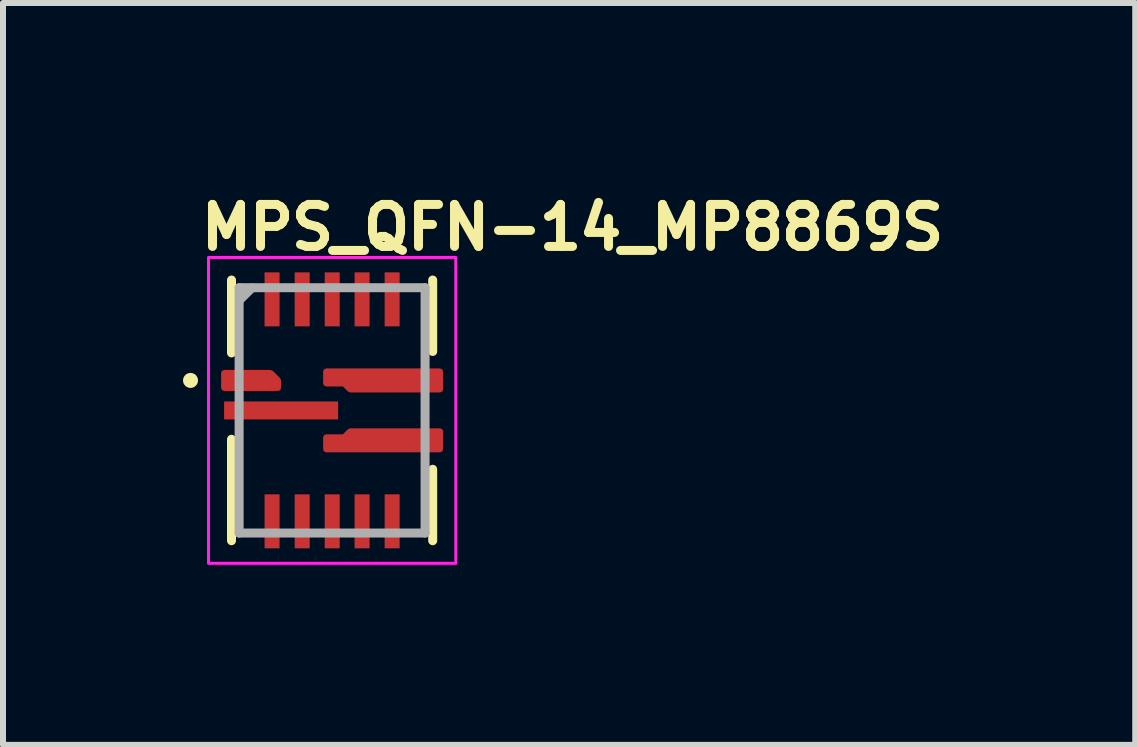
<source format=kicad_pcb>
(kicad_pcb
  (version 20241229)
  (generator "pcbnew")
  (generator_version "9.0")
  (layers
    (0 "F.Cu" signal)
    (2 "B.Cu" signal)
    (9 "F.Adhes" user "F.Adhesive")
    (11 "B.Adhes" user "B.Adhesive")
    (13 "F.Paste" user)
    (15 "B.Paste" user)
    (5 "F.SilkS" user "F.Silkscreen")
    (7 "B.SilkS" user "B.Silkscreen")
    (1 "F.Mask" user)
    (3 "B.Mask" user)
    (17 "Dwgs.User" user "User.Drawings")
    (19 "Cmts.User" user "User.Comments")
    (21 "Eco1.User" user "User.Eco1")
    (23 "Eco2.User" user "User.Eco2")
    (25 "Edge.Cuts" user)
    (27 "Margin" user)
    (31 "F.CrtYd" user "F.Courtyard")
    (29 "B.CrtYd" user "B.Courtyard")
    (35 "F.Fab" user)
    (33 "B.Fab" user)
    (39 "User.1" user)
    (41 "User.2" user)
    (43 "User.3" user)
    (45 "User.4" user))
  (footprint "MPS_QFN-14_MP8869S"
    (layer "F.Cu")
    (at 2.486 3.79)
    (property "Reference" "MPS_QFN-14_MP8869S" (at -2.26 -2.64 0) (layer "F.SilkS") (effects (font (size 0.7 0.7) (thickness 0.15)) (justify left bottom)))
    (attr smd)
    (fp_line (start -1.678 -0.959) (end -1.678 -2.173) (stroke (width 0.15) (type solid)) (layer "F.SilkS"))
    (fp_line (start -1.678 2.171) (end -1.678 0.481) (stroke (width 0.15) (type solid)) (layer "F.SilkS"))
    (fp_line (start 1.675 -2.173) (end 1.675 -0.983) (stroke (width 0.15) (type solid)) (layer "F.SilkS"))
    (fp_line (start 1.675 0.981) (end 1.675 2.171) (stroke (width 0.15) (type solid)) (layer "F.SilkS"))
    (fp_circle (center -2.361 -0.5) (end -2.311 -0.5) (stroke (width 0.15) (type solid)) (fill yes) (layer "F.SilkS"))
    (fp_rect (start -2.061 -2.55) (end 2.06 2.548) (stroke (width 0.05) (type solid)) (fill no) (layer "F.CrtYd"))
    (fp_line (start -1.551 -2.045) (end -1.551 2.043) (stroke (width 0.15) (type solid)) (layer "F.Fab"))
    (fp_line (start -1.551 2.043) (end 1.548 2.043) (stroke (width 0.15) (type solid)) (layer "F.Fab"))
    (fp_line (start -1.541 -1.841) (end -1.341 -2.04) (stroke (width 0.15) (type solid)) (layer "F.Fab"))
    (fp_line (start 1.548 -2.045) (end -1.551 -2.045) (stroke (width 0.15) (type solid)) (layer "F.Fab"))
    (fp_line (start 1.548 2.043) (end 1.548 -2.045) (stroke (width 0.15) (type solid)) (layer "F.Fab"))
    (fp_rect (start -1.561 -2.05) (end 1.56 2.048) (stroke (width 0.1) (type solid)) (fill no) (layer "User.5"))
    (fp_line (start -1.561 -1.401) (end -1.551 -1.401) (stroke (width 0.02) (type solid)) (layer "User.9"))
    (fp_line (start -1.561 -1.101) (end -1.561 -1.401) (stroke (width 0.02) (type solid)) (layer "User.9"))
    (fp_line (start -1.561 -0.902) (end -1.551 -0.902) (stroke (width 0.02) (type solid)) (layer "User.9"))
    (fp_line (start -1.561 -0.6) (end -1.561 -0.902) (stroke (width 0.02) (type solid)) (layer "User.9"))
    (fp_line (start -1.561 -0.402) (end -1.551 -0.402) (stroke (width 0.02) (type solid)) (layer "User.9"))
    (fp_line (start -1.561 -0.102) (end -1.561 -0.402) (stroke (width 0.02) (type solid)) (layer "User.9"))
    (fp_line (start -1.561 0.1) (end -1.551 0.1) (stroke (width 0.02) (type solid)) (layer "User.9"))
    (fp_line (start -1.561 0.4) (end -1.561 0.1) (stroke (width 0.02) (type solid)) (layer "User.9"))
    (fp_line (start -1.561 0.598) (end -1.561 0.9) (stroke (width 0.02) (type solid)) (layer "User.9"))
    (fp_line (start -1.561 0.9) (end -1.551 0.9) (stroke (width 0.02) (type solid)) (layer "User.9"))
    (fp_line (start -1.561 1.1) (end -1.561 1.398) (stroke (width 0.02) (type solid)) (layer "User.9"))
    (fp_line (start -1.561 1.398) (end -1.551 1.398) (stroke (width 0.02) (type solid)) (layer "User.9"))
    (fp_line (start -1.551 -2.05) (end 1.55 -2.05) (stroke (width 0.02) (type solid)) (layer "User.9"))
    (fp_line (start -1.551 -1.101) (end -1.561 -1.101) (stroke (width 0.02) (type solid)) (layer "User.9"))
    (fp_line (start -1.551 -0.6) (end -1.561 -0.6) (stroke (width 0.02) (type solid)) (layer "User.9"))
    (fp_line (start -1.551 -0.102) (end -1.561 -0.102) (stroke (width 0.02) (type solid)) (layer "User.9"))
    (fp_line (start -1.551 0.4) (end -1.561 0.4) (stroke (width 0.02) (type solid)) (layer "User.9"))
    (fp_line (start -1.551 0.598) (end -1.561 0.598) (stroke (width 0.02) (type solid)) (layer "User.9"))
    (fp_line (start -1.551 1.1) (end -1.561 1.1) (stroke (width 0.02) (type solid)) (layer "User.9"))
    (fp_line (start -1.551 2.048) (end -1.551 -2.05) (stroke (width 0.02) (type solid)) (layer "User.9"))
    (fp_line (start -1.25 -1.571) (end -1.248 -1.581) (stroke (width 0.02) (type solid)) (layer "User.9"))
    (fp_line (start -1.25 -1.561) (end -1.25 -1.571) (stroke (width 0.02) (type solid)) (layer "User.9"))
    (fp_line (start -1.25 -1.551) (end -1.25 -1.561) (stroke (width 0.02) (type solid)) (layer "User.9"))
    (fp_line (start -1.25 -1.551) (end -1.25 -1.551) (stroke (width 0.02) (type solid)) (layer "User.9"))
    (fp_line (start -1.25 -1.541) (end -1.25 -1.551) (stroke (width 0.02) (type solid)) (layer "User.9"))
    (fp_line (start -1.25 -1.53) (end -1.25 -1.541) (stroke (width 0.02) (type solid)) (layer "User.9"))
    (fp_line (start -1.248 -1.581) (end -1.246 -1.591) (stroke (width 0.02) (type solid)) (layer "User.9"))
    (fp_line (start -1.248 -1.52) (end -1.25 -1.53) (stroke (width 0.02) (type solid)) (layer "User.9"))
    (fp_line (start -1.246 -1.591) (end -1.244 -1.601) (stroke (width 0.02) (type solid)) (layer "User.9"))
    (fp_line (start -1.246 -1.51) (end -1.248 -1.52) (stroke (width 0.02) (type solid)) (layer "User.9"))
    (fp_line (start -1.244 -1.601) (end -1.242 -1.611) (stroke (width 0.02) (type solid)) (layer "User.9"))
    (fp_line (start -1.244 -1.502) (end -1.246 -1.51) (stroke (width 0.02) (type solid)) (layer "User.9"))
    (fp_line (start -1.242 -1.611) (end -1.238 -1.619) (stroke (width 0.02) (type solid)) (layer "User.9"))
    (fp_line (start -1.242 -1.492) (end -1.244 -1.502) (stroke (width 0.02) (type solid)) (layer "User.9"))
    (fp_line (start -1.238 -1.619) (end -1.236 -1.629) (stroke (width 0.02) (type solid)) (layer "User.9"))
    (fp_line (start -1.238 -1.482) (end -1.242 -1.492) (stroke (width 0.02) (type solid)) (layer "User.9"))
    (fp_line (start -1.236 -1.629) (end -1.232 -1.637) (stroke (width 0.02) (type solid)) (layer "User.9"))
    (fp_line (start -1.236 -1.474) (end -1.238 -1.482) (stroke (width 0.02) (type solid)) (layer "User.9"))
    (fp_line (start -1.232 -1.637) (end -1.226 -1.647) (stroke (width 0.02) (type solid)) (layer "User.9"))
    (fp_line (start -1.232 -1.464) (end -1.236 -1.474) (stroke (width 0.02) (type solid)) (layer "User.9"))
    (fp_line (start -1.226 -1.647) (end -1.222 -1.655) (stroke (width 0.02) (type solid)) (layer "User.9"))
    (fp_line (start -1.226 -1.456) (end -1.232 -1.464) (stroke (width 0.02) (type solid)) (layer "User.9"))
    (fp_line (start -1.222 -1.655) (end -1.216 -1.663) (stroke (width 0.02) (type solid)) (layer "User.9"))
    (fp_line (start -1.222 -1.448) (end -1.226 -1.456) (stroke (width 0.02) (type solid)) (layer "User.9"))
    (fp_line (start -1.216 -1.663) (end -1.212 -1.67) (stroke (width 0.02) (type solid)) (layer "User.9"))
    (fp_line (start -1.216 -1.44) (end -1.222 -1.448) (stroke (width 0.02) (type solid)) (layer "User.9"))
    (fp_line (start -1.212 -1.67) (end -1.206 -1.678) (stroke (width 0.02) (type solid)) (layer "User.9"))
    (fp_line (start -1.212 -1.432) (end -1.216 -1.44) (stroke (width 0.02) (type solid)) (layer "User.9"))
    (fp_line (start -1.206 -1.678) (end -1.198 -1.686) (stroke (width 0.02) (type solid)) (layer "User.9"))
    (fp_line (start -1.206 -1.424) (end -1.212 -1.432) (stroke (width 0.02) (type solid)) (layer "User.9"))
    (fp_line (start -1.198 -1.686) (end -1.192 -1.692) (stroke (width 0.02) (type solid)) (layer "User.9"))
    (fp_line (start -1.198 -1.416) (end -1.206 -1.424) (stroke (width 0.02) (type solid)) (layer "User.9"))
    (fp_line (start -1.192 -1.692) (end -1.186 -1.7) (stroke (width 0.02) (type solid)) (layer "User.9"))
    (fp_line (start -1.192 -1.41) (end -1.198 -1.416) (stroke (width 0.02) (type solid)) (layer "User.9"))
    (fp_line (start -1.186 -1.7) (end -1.178 -1.706) (stroke (width 0.02) (type solid)) (layer "User.9"))
    (fp_line (start -1.186 -1.403) (end -1.192 -1.41) (stroke (width 0.02) (type solid)) (layer "User.9"))
    (fp_line (start -1.178 -1.706) (end -1.17 -1.712) (stroke (width 0.02) (type solid)) (layer "User.9"))
    (fp_line (start -1.178 -1.397) (end -1.186 -1.403) (stroke (width 0.02) (type solid)) (layer "User.9"))
    (fp_line (start -1.17 -1.712) (end -1.162 -1.716) (stroke (width 0.02) (type solid)) (layer "User.9"))
    (fp_line (start -1.17 -1.391) (end -1.178 -1.397) (stroke (width 0.02) (type solid)) (layer "User.9"))
    (fp_line (start -1.162 -1.716) (end -1.154 -1.722) (stroke (width 0.02) (type solid)) (layer "User.9"))
    (fp_line (start -1.162 -1.385) (end -1.17 -1.391) (stroke (width 0.02) (type solid)) (layer "User.9"))
    (fp_line (start -1.154 -1.722) (end -1.147 -1.726) (stroke (width 0.02) (type solid)) (layer "User.9"))
    (fp_line (start -1.154 -1.379) (end -1.162 -1.385) (stroke (width 0.02) (type solid)) (layer "User.9"))
    (fp_line (start -1.147 -1.726) (end -1.137 -1.732) (stroke (width 0.02) (type solid)) (layer "User.9"))
    (fp_line (start -1.147 -1.375) (end -1.154 -1.379) (stroke (width 0.02) (type solid)) (layer "User.9"))
    (fp_line (start -1.137 -1.732) (end -1.129 -1.736) (stroke (width 0.02) (type solid)) (layer "User.9"))
    (fp_line (start -1.137 -1.371) (end -1.147 -1.375) (stroke (width 0.02) (type solid)) (layer "User.9"))
    (fp_line (start -1.129 -1.736) (end -1.119 -1.738) (stroke (width 0.02) (type solid)) (layer "User.9"))
    (fp_line (start -1.129 -1.367) (end -1.137 -1.371) (stroke (width 0.02) (type solid)) (layer "User.9"))
    (fp_line (start -1.119 -1.738) (end -1.111 -1.742) (stroke (width 0.02) (type solid)) (layer "User.9"))
    (fp_line (start -1.119 -1.363) (end -1.129 -1.367) (stroke (width 0.02) (type solid)) (layer "User.9"))
    (fp_line (start -1.111 -1.742) (end -1.101 -1.744) (stroke (width 0.02) (type solid)) (layer "User.9"))
    (fp_line (start -1.111 -1.361) (end -1.119 -1.363) (stroke (width 0.02) (type solid)) (layer "User.9"))
    (fp_line (start -1.101 -1.744) (end -1.091 -1.746) (stroke (width 0.02) (type solid)) (layer "User.9"))
    (fp_line (start -1.101 -1.357) (end -1.111 -1.361) (stroke (width 0.02) (type solid)) (layer "User.9"))
    (fp_line (start -1.091 -1.746) (end -1.081 -1.748) (stroke (width 0.02) (type solid)) (layer "User.9"))
    (fp_line (start -1.091 -1.355) (end -1.101 -1.357) (stroke (width 0.02) (type solid)) (layer "User.9"))
    (fp_line (start -1.081 -1.748) (end -1.071 -1.75) (stroke (width 0.02) (type solid)) (layer "User.9"))
    (fp_line (start -1.081 -1.353) (end -1.091 -1.355) (stroke (width 0.02) (type solid)) (layer "User.9"))
    (fp_line (start -1.071 -1.75) (end -1.061 -1.75) (stroke (width 0.02) (type solid)) (layer "User.9"))
    (fp_line (start -1.071 -1.353) (end -1.081 -1.353) (stroke (width 0.02) (type solid)) (layer "User.9"))
    (fp_line (start -1.061 -1.75) (end -1.051 -1.75) (stroke (width 0.02) (type solid)) (layer "User.9"))
    (fp_line (start -1.061 -1.351) (end -1.071 -1.353) (stroke (width 0.02) (type solid)) (layer "User.9"))
    (fp_line (start -1.051 -1.75) (end -1.041 -1.75) (stroke (width 0.02) (type solid)) (layer "User.9"))
    (fp_line (start -1.051 -1.351) (end -1.061 -1.351) (stroke (width 0.02) (type solid)) (layer "User.9"))
    (fp_line (start -1.041 -1.75) (end -1.031 -1.75) (stroke (width 0.02) (type solid)) (layer "User.9"))
    (fp_line (start -1.041 -1.351) (end -1.051 -1.351) (stroke (width 0.02) (type solid)) (layer "User.9"))
    (fp_line (start -1.031 -1.75) (end -1.02 -1.748) (stroke (width 0.02) (type solid)) (layer "User.9"))
    (fp_line (start -1.031 -1.353) (end -1.041 -1.351) (stroke (width 0.02) (type solid)) (layer "User.9"))
    (fp_line (start -1.02 -1.748) (end -1.01 -1.746) (stroke (width 0.02) (type solid)) (layer "User.9"))
    (fp_line (start -1.02 -1.353) (end -1.031 -1.353) (stroke (width 0.02) (type solid)) (layer "User.9"))
    (fp_line (start -1.01 -1.746) (end -1.002 -1.744) (stroke (width 0.02) (type solid)) (layer "User.9"))
    (fp_line (start -1.01 -1.355) (end -1.02 -1.353) (stroke (width 0.02) (type solid)) (layer "User.9"))
    (fp_line (start -1.002 -1.744) (end -0.991 -1.742) (stroke (width 0.02) (type solid)) (layer "User.9"))
    (fp_line (start -1.002 -1.357) (end -1.01 -1.355) (stroke (width 0.02) (type solid)) (layer "User.9"))
    (fp_line (start -0.991 -1.742) (end -0.982 -1.738) (stroke (width 0.02) (type solid)) (layer "User.9"))
    (fp_line (start -0.991 -1.361) (end -1.002 -1.357) (stroke (width 0.02) (type solid)) (layer "User.9"))
    (fp_line (start -0.982 -1.738) (end -0.973 -1.736) (stroke (width 0.02) (type solid)) (layer "User.9"))
    (fp_line (start -0.982 -1.363) (end -0.991 -1.361) (stroke (width 0.02) (type solid)) (layer "User.9"))
    (fp_line (start -0.973 -1.736) (end -0.964 -1.732) (stroke (width 0.02) (type solid)) (layer "User.9"))
    (fp_line (start -0.973 -1.367) (end -0.982 -1.363) (stroke (width 0.02) (type solid)) (layer "User.9"))
    (fp_line (start -0.964 -1.732) (end -0.956 -1.726) (stroke (width 0.02) (type solid)) (layer "User.9"))
    (fp_line (start -0.964 -1.371) (end -0.973 -1.367) (stroke (width 0.02) (type solid)) (layer "User.9"))
    (fp_line (start -0.956 -1.726) (end -0.948 -1.722) (stroke (width 0.02) (type solid)) (layer "User.9"))
    (fp_line (start -0.956 -1.375) (end -0.964 -1.371) (stroke (width 0.02) (type solid)) (layer "User.9"))
    (fp_line (start -0.948 -1.722) (end -0.94 -1.716) (stroke (width 0.02) (type solid)) (layer "User.9"))
    (fp_line (start -0.948 -1.379) (end -0.956 -1.375) (stroke (width 0.02) (type solid)) (layer "User.9"))
    (fp_line (start -0.94 -1.716) (end -0.932 -1.712) (stroke (width 0.02) (type solid)) (layer "User.9"))
    (fp_line (start -0.94 -1.385) (end -0.948 -1.379) (stroke (width 0.02) (type solid)) (layer "User.9"))
    (fp_line (start -0.932 -1.712) (end -0.924 -1.706) (stroke (width 0.02) (type solid)) (layer "User.9"))
    (fp_line (start -0.932 -1.391) (end -0.94 -1.385) (stroke (width 0.02) (type solid)) (layer "User.9"))
    (fp_line (start -0.924 -1.706) (end -0.917 -1.7) (stroke (width 0.02) (type solid)) (layer "User.9"))
    (fp_line (start -0.924 -1.397) (end -0.932 -1.391) (stroke (width 0.02) (type solid)) (layer "User.9"))
    (fp_line (start -0.917 -1.7) (end -0.91 -1.692) (stroke (width 0.02) (type solid)) (layer "User.9"))
    (fp_line (start -0.917 -1.403) (end -0.924 -1.397) (stroke (width 0.02) (type solid)) (layer "User.9"))
    (fp_line (start -0.91 -1.692) (end -0.904 -1.686) (stroke (width 0.02) (type solid)) (layer "User.9"))
    (fp_line (start -0.91 -1.41) (end -0.917 -1.403) (stroke (width 0.02) (type solid)) (layer "User.9"))
    (fp_line (start -0.904 -1.686) (end -0.896 -1.678) (stroke (width 0.02) (type solid)) (layer "User.9"))
    (fp_line (start -0.904 -1.416) (end -0.91 -1.41) (stroke (width 0.02) (type solid)) (layer "User.9"))
    (fp_line (start -0.896 -1.678) (end -0.89 -1.67) (stroke (width 0.02) (type solid)) (layer "User.9"))
    (fp_line (start -0.896 -1.424) (end -0.904 -1.416) (stroke (width 0.02) (type solid)) (layer "User.9"))
    (fp_line (start -0.89 -1.67) (end -0.885 -1.663) (stroke (width 0.02) (type solid)) (layer "User.9"))
    (fp_line (start -0.89 -1.432) (end -0.896 -1.424) (stroke (width 0.02) (type solid)) (layer "User.9"))
    (fp_line (start -0.885 -1.663) (end -0.88 -1.655) (stroke (width 0.02) (type solid)) (layer "User.9"))
    (fp_line (start -0.885 -1.44) (end -0.89 -1.432) (stroke (width 0.02) (type solid)) (layer "User.9"))
    (fp_line (start -0.88 -1.655) (end -0.875 -1.647) (stroke (width 0.02) (type solid)) (layer "User.9"))
    (fp_line (start -0.88 -1.448) (end -0.885 -1.44) (stroke (width 0.02) (type solid)) (layer "User.9"))
    (fp_line (start -0.875 -1.647) (end -0.87 -1.637) (stroke (width 0.02) (type solid)) (layer "User.9"))
    (fp_line (start -0.875 -1.456) (end -0.88 -1.448) (stroke (width 0.02) (type solid)) (layer "User.9"))
    (fp_line (start -0.87 -1.637) (end -0.866 -1.629) (stroke (width 0.02) (type solid)) (layer "User.9"))
    (fp_line (start -0.87 -1.464) (end -0.875 -1.456) (stroke (width 0.02) (type solid)) (layer "User.9"))
    (fp_line (start -0.866 -1.629) (end -0.863 -1.619) (stroke (width 0.02) (type solid)) (layer "User.9"))
    (fp_line (start -0.866 -1.474) (end -0.87 -1.464) (stroke (width 0.02) (type solid)) (layer "User.9"))
    (fp_line (start -0.863 -1.619) (end -0.86 -1.611) (stroke (width 0.02) (type solid)) (layer "User.9"))
    (fp_line (start -0.863 -1.482) (end -0.866 -1.474) (stroke (width 0.02) (type solid)) (layer "User.9"))
    (fp_line (start -0.86 -1.611) (end -0.857 -1.601) (stroke (width 0.02) (type solid)) (layer "User.9"))
    (fp_line (start -0.86 -1.492) (end -0.863 -1.482) (stroke (width 0.02) (type solid)) (layer "User.9"))
    (fp_line (start -0.857 -1.601) (end -0.855 -1.591) (stroke (width 0.02) (type solid)) (layer "User.9"))
    (fp_line (start -0.857 -1.502) (end -0.86 -1.492) (stroke (width 0.02) (type solid)) (layer "User.9"))
    (fp_line (start -0.855 -1.591) (end -0.853 -1.581) (stroke (width 0.02) (type solid)) (layer "User.9"))
    (fp_line (start -0.855 -1.51) (end -0.857 -1.502) (stroke (width 0.02) (type solid)) (layer "User.9"))
    (fp_line (start -0.853 -1.581) (end -0.852 -1.571) (stroke (width 0.02) (type solid)) (layer "User.9"))
    (fp_line (start -0.853 -1.52) (end -0.855 -1.51) (stroke (width 0.02) (type solid)) (layer "User.9"))
    (fp_line (start -0.852 -1.571) (end -0.851 -1.561) (stroke (width 0.02) (type solid)) (layer "User.9"))
    (fp_line (start -0.852 -1.53) (end -0.853 -1.52) (stroke (width 0.02) (type solid)) (layer "User.9"))
    (fp_line (start -0.851 -1.561) (end -0.851 -1.551) (stroke (width 0.02) (type solid)) (layer "User.9"))
    (fp_line (start -0.851 -1.551) (end -0.851 -1.551) (stroke (width 0.02) (type solid)) (layer "User.9"))
    (fp_line (start -0.851 -1.551) (end -0.851 -1.541) (stroke (width 0.02) (type solid)) (layer "User.9"))
    (fp_line (start -0.851 -1.541) (end -0.852 -1.53) (stroke (width 0.02) (type solid)) (layer "User.9"))
    (fp_line (start 1.55 -2.05) (end 1.55 2.048) (stroke (width 0.02) (type solid)) (layer "User.9"))
    (fp_line (start 1.55 -1.401) (end 1.56 -1.401) (stroke (width 0.02) (type solid)) (layer "User.9"))
    (fp_line (start 1.55 -0.6) (end 1.56 -0.6) (stroke (width 0.02) (type solid)) (layer "User.9"))
    (fp_line (start 1.55 -0.102) (end 1.56 -0.102) (stroke (width 0.02) (type solid)) (layer "User.9"))
    (fp_line (start 1.55 0.4) (end 1.56 0.4) (stroke (width 0.02) (type solid)) (layer "User.9"))
    (fp_line (start 1.55 0.598) (end 1.56 0.598) (stroke (width 0.02) (type solid)) (layer "User.9"))
    (fp_line (start 1.55 1.398) (end 1.56 1.398) (stroke (width 0.02) (type solid)) (layer "User.9"))
    (fp_line (start 1.55 2.048) (end -1.551 2.048) (stroke (width 0.02) (type solid)) (layer "User.9"))
    (fp_line (start 1.56 -1.401) (end 1.56 -1.101) (stroke (width 0.02) (type solid)) (layer "User.9"))
    (fp_line (start 1.56 -1.101) (end 1.55 -1.101) (stroke (width 0.02) (type solid)) (layer "User.9"))
    (fp_line (start 1.56 -0.902) (end 1.55 -0.902) (stroke (width 0.02) (type solid)) (layer "User.9"))
    (fp_line (start 1.56 -0.6) (end 1.56 -0.902) (stroke (width 0.02) (type solid)) (layer "User.9"))
    (fp_line (start 1.56 -0.402) (end 1.55 -0.402) (stroke (width 0.02) (type solid)) (layer "User.9"))
    (fp_line (start 1.56 -0.102) (end 1.56 -0.402) (stroke (width 0.02) (type solid)) (layer "User.9"))
    (fp_line (start 1.56 0.1) (end 1.55 0.1) (stroke (width 0.02) (type solid)) (layer "User.9"))
    (fp_line (start 1.56 0.4) (end 1.56 0.1) (stroke (width 0.02) (type solid)) (layer "User.9"))
    (fp_line (start 1.56 0.598) (end 1.56 0.9) (stroke (width 0.02) (type solid)) (layer "User.9"))
    (fp_line (start 1.56 0.9) (end 1.55 0.9) (stroke (width 0.02) (type solid)) (layer "User.9"))
    (fp_line (start 1.56 1.1) (end 1.55 1.1) (stroke (width 0.02) (type solid)) (layer "User.9"))
    (fp_line (start 1.56 1.398) (end 1.56 1.1) (stroke (width 0.02) (type solid)) (layer "User.9"))
    (pad "1" smd custom (at -1.401 -0.5) (size 0.8 0.25) (layers "F.Cu" "F.Mask" "F.Paste") (options (anchor rect)) (primitives (gr_poly (pts (xy -0.4 -0.125) (xy -0.4 0.125) (xy 0.5 0.125) (xy 0.5 -0.000001) (xy 0.375 -0.125)) (width 0.1) (fill yes))))
    (pad "2" smd rect (at -0.851 0) (size 1.9 0.3) (layers "F.Cu" "F.Mask" "F.Paste"))
    (pad "3" smd rect (at -1.002 1.848 90) (size 0.9 0.25) (layers "F.Cu" "F.Mask" "F.Paste"))
    (pad "4" smd rect (at -0.5 1.848 90) (size 0.9 0.25) (layers "F.Cu" "F.Mask" "F.Paste"))
    (pad "5" smd rect (at 0 1.848 90) (size 0.9 0.25) (layers "F.Cu" "F.Mask" "F.Paste"))
    (pad "6" smd rect (at 0.498 1.848 90) (size 0.9 0.25) (layers "F.Cu" "F.Mask" "F.Paste"))
    (pad "7" smd rect (at 0.999 1.848 90) (size 0.9 0.25) (layers "F.Cu" "F.Mask" "F.Paste"))
    (pad "8" smd custom (at 0.849 0.498) (size 0.127 0.127) (layers "F.Cu" "F.Mask" "F.Paste") (options (anchor rect)) (primitives (gr_poly (pts (xy 0.95 0.15) (xy 0.95 -0.15) (xy -0.55 -0.15) (xy -0.65 -0.05) (xy -0.95 -0.05) (xy -0.95 0.15)) (width 0.1) (fill yes))))
    (pad "9" smd custom (at 0.849 -0.5) (size 0.127 0.127) (layers "F.Cu" "F.Mask" "F.Paste") (options (anchor rect)) (primitives (gr_poly (pts (xy 0.95 -0.15) (xy 0.95 0.15) (xy -0.55 0.15) (xy -0.65 0.05) (xy -0.95 0.05) (xy -0.95 -0.15)) (width 0.1) (fill yes))))
    (pad "10" smd rect (at 0.999 -1.851 90) (size 0.9 0.25) (layers "F.Cu" "F.Mask" "F.Paste"))
    (pad "11" smd rect (at 0.498 -1.851 90) (size 0.9 0.25) (layers "F.Cu" "F.Mask" "F.Paste"))
    (pad "12" smd rect (at 0 -1.851 90) (size 0.9 0.25) (layers "F.Cu" "F.Mask" "F.Paste"))
    (pad "13" smd rect (at -0.5 -1.851 90) (size 0.9 0.25) (layers "F.Cu" "F.Mask" "F.Paste"))
    (pad "14" smd rect (at -1.002 -1.851 90) (size 0.9 0.25) (layers "F.Cu" "F.Mask" "F.Paste")))
  (gr_rect
    (start -3 -3)
    (end 15.869 9.363)
    (stroke (width 0.1) (type default))
    (fill no)
    (layer "Edge.Cuts")))
</source>
